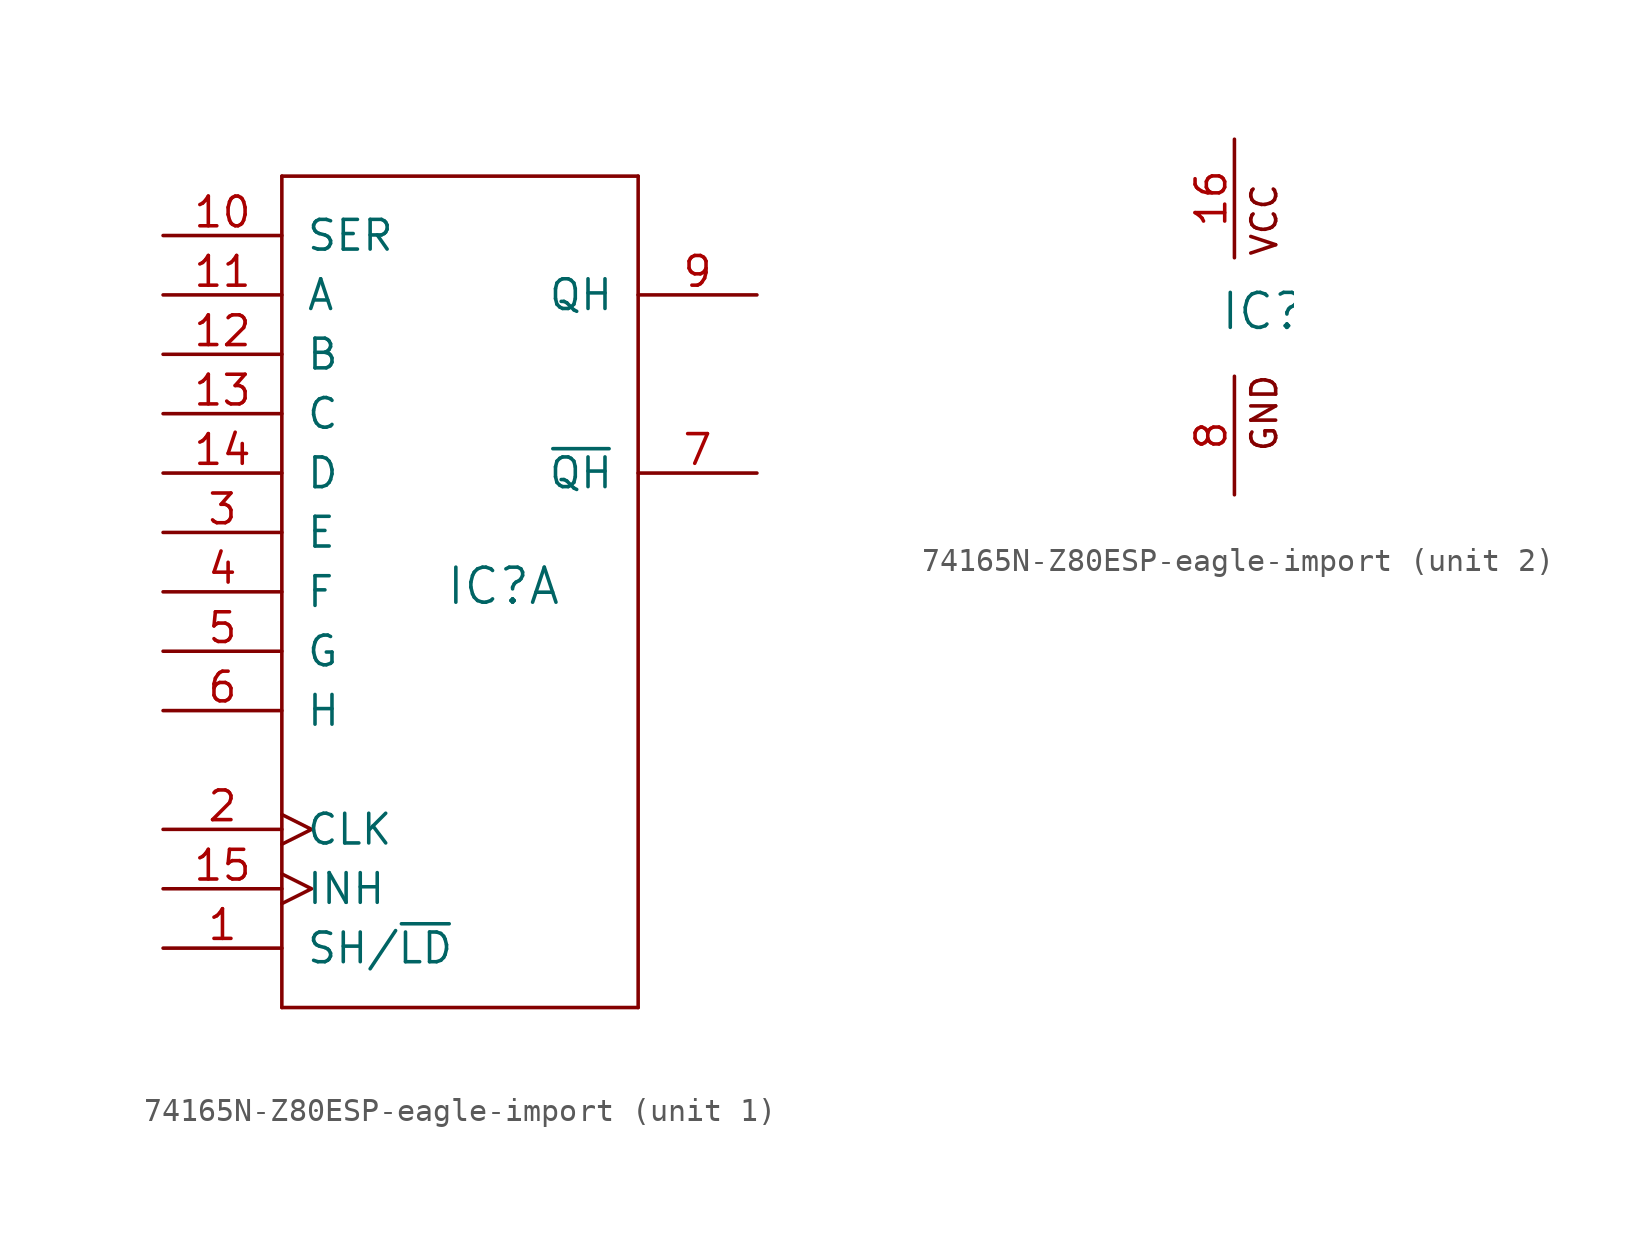
<source format=kicad_sym>
(kicad_symbol_lib
  (version 20220914)
  (generator kicad_symbol_editor)
  (symbol "74165N-Z80ESP-eagle-import"
    (pin_names
      (offset 1.016))
    (property "Reference" "IC"
      (at -0.635 -0.635 0)
      (effects (font (size 1.499 1.499)) (justify left bottom)))
    (property "ki_locked" ""
      (at 0 0 0)
      (effects (font (size 1.27 1.27))))
    (symbol "74165N-Z80ESP-eagle-import_1_0"
      (polyline (pts (xy -7.62 -17.78) (xy 7.62 -17.78)) (stroke (width 0) (type solid)) (fill (type none)))
      (polyline (pts (xy -7.62 17.78) (xy -7.62 -17.78)) (stroke (width 0) (type solid)) (fill (type none)))
      (polyline (pts (xy 7.62 -17.78) (xy 7.62 17.78)) (stroke (width 0) (type solid)) (fill (type none)))
      (polyline (pts (xy 7.62 17.78) (xy -7.62 17.78)) (stroke (width 0) (type solid)) (fill (type none)))
      (pin input line (at -12.7 -15.24 0) (length 5.08) (name "SH/~{LD}" (effects (font (size 1.27 1.27)))) (number "1" (effects (font (size 1.27 1.27)))))
      (pin input line (at -12.7 15.24 0) (length 5.08) (name "SER" (effects (font (size 1.27 1.27)))) (number "10" (effects (font (size 1.27 1.27)))))
      (pin input line (at -12.7 12.7 0) (length 5.08) (name "A" (effects (font (size 1.27 1.27)))) (number "11" (effects (font (size 1.27 1.27)))))
      (pin input line (at -12.7 10.16 0) (length 5.08) (name "B" (effects (font (size 1.27 1.27)))) (number "12" (effects (font (size 1.27 1.27)))))
      (pin input line (at -12.7 7.62 0) (length 5.08) (name "C" (effects (font (size 1.27 1.27)))) (number "13" (effects (font (size 1.27 1.27)))))
      (pin input line (at -12.7 5.08 0) (length 5.08) (name "D" (effects (font (size 1.27 1.27)))) (number "14" (effects (font (size 1.27 1.27)))))
      (pin input clock (at -12.7 -12.7 0) (length 5.08) (name "INH" (effects (font (size 1.27 1.27)))) (number "15" (effects (font (size 1.27 1.27)))))
      (pin input clock (at -12.7 -10.16 0) (length 5.08) (name "CLK" (effects (font (size 1.27 1.27)))) (number "2" (effects (font (size 1.27 1.27)))))
      (pin input line (at -12.7 2.54 0) (length 5.08) (name "E" (effects (font (size 1.27 1.27)))) (number "3" (effects (font (size 1.27 1.27)))))
      (pin input line (at -12.7 0 0) (length 5.08) (name "F" (effects (font (size 1.27 1.27)))) (number "4" (effects (font (size 1.27 1.27)))))
      (pin input line (at -12.7 -2.54 0) (length 5.08) (name "G" (effects (font (size 1.27 1.27)))) (number "5" (effects (font (size 1.27 1.27)))))
      (pin input line (at -12.7 -5.08 0) (length 5.08) (name "H" (effects (font (size 1.27 1.27)))) (number "6" (effects (font (size 1.27 1.27)))))
      (pin output line (at 12.7 5.08 180) (length 5.08) (name "~{QH}" (effects (font (size 1.27 1.27)))) (number "7" (effects (font (size 1.27 1.27)))))
      (pin output line (at 12.7 12.7 180) (length 5.08) (name "QH" (effects (font (size 1.27 1.27)))) (number "9" (effects (font (size 1.27 1.27))))))
    (symbol "74165N-Z80ESP-eagle-import_2_0"
      (text "GND" (at 1.905 -5.842 900) (effects (font (size 1.067 1.067)) (justify left bottom)))
      (text "VCC" (at 1.905 2.54 900) (effects (font (size 1.067 1.067)) (justify left bottom)))
      (pin power_in line (at 0 7.62 270) (length 5.08) (name "VCC" (effects (font (size 0 0)))) (number "16" (effects (font (size 1.27 1.27)))))
      (pin power_in line (at 0 -7.62 90) (length 5.08) (name "GND" (effects (font (size 0 0)))) (number "8" (effects (font (size 1.27 1.27))))))))
</source>
